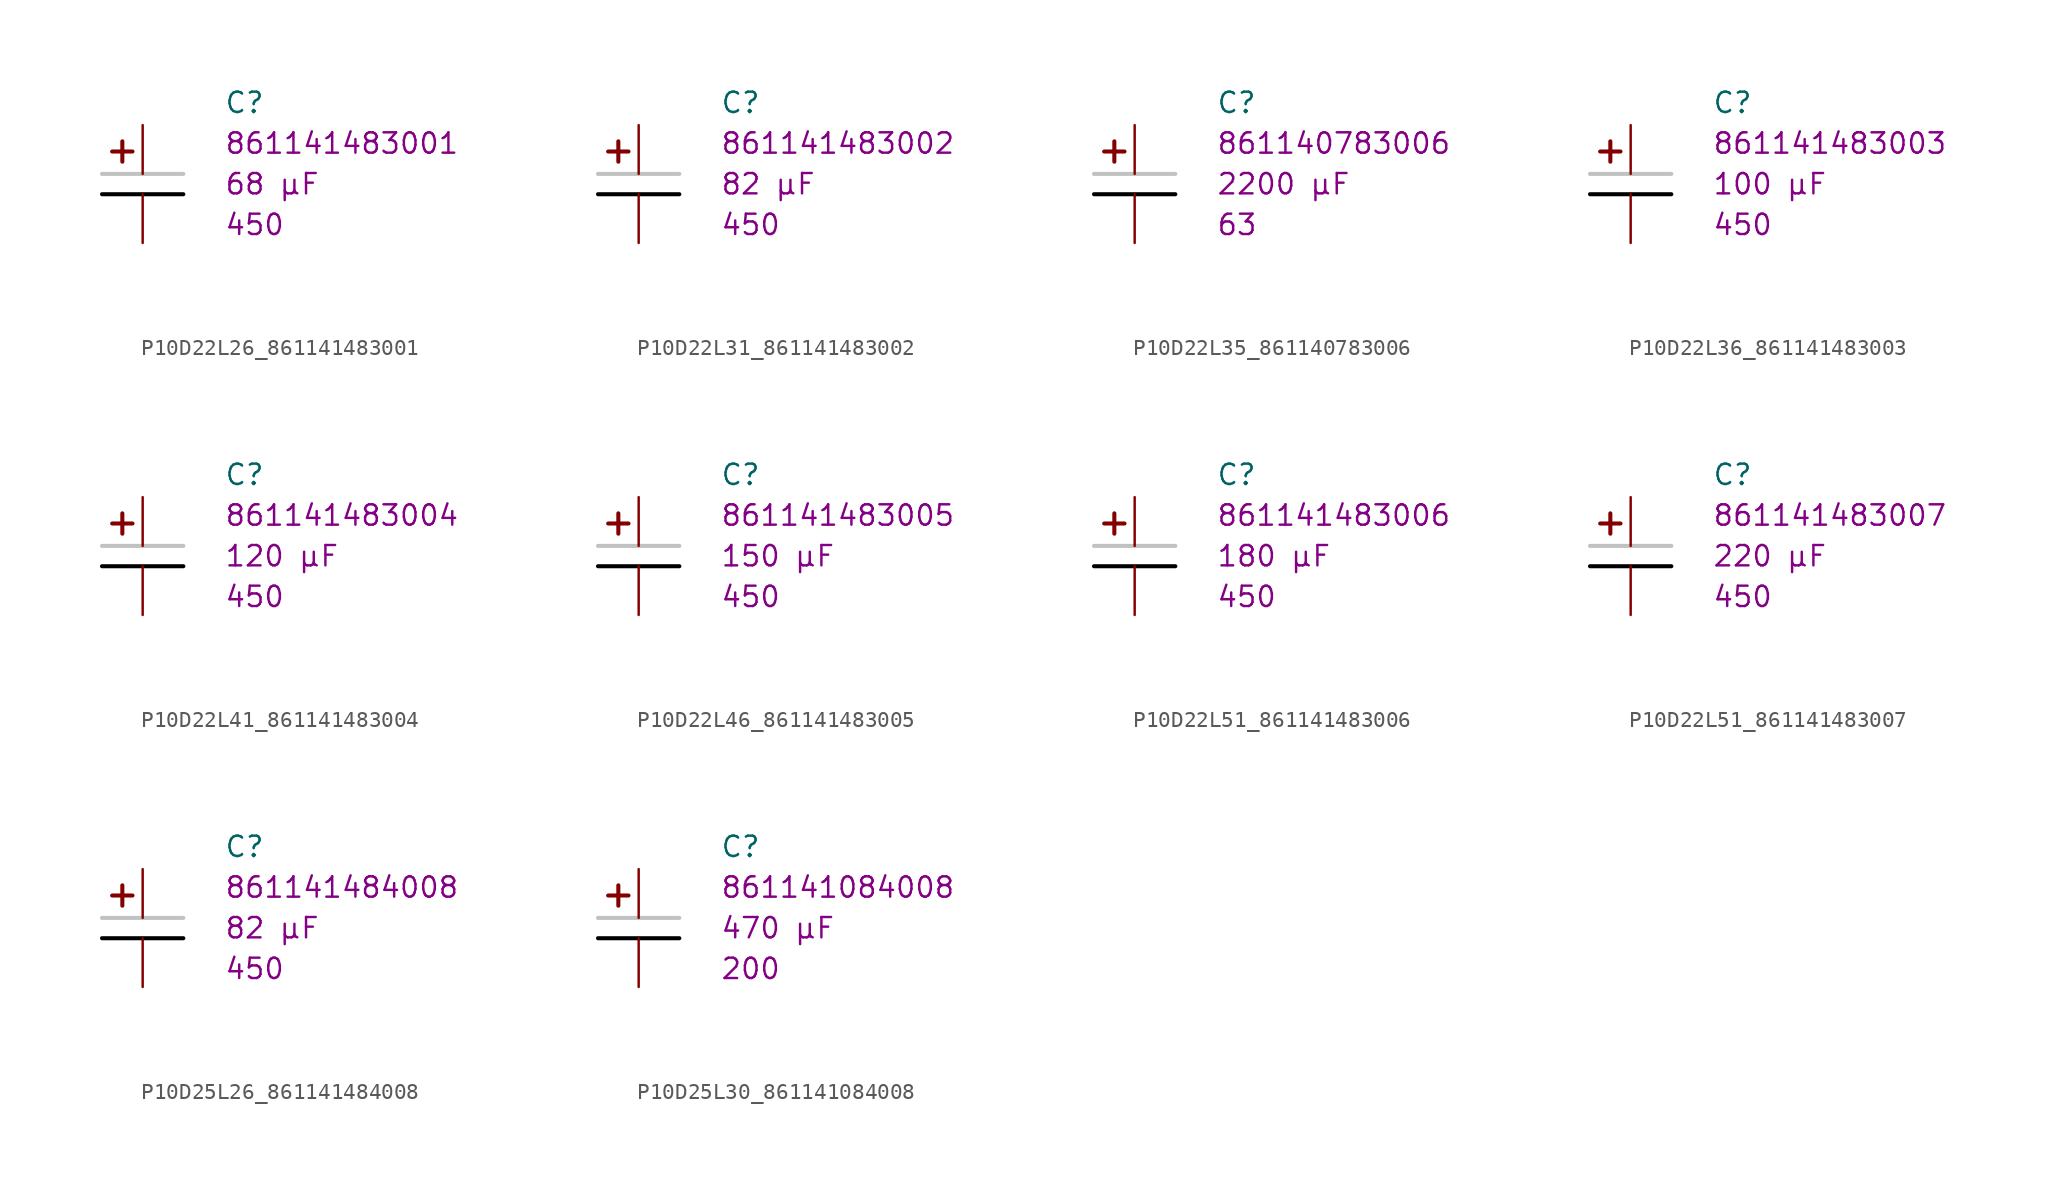
<source format=kicad_sym>
(kicad_symbol_lib
  (version 20220914)
  (generator kicad_symbol_editor)
  (symbol "P10D22L26_861141483001"
    (pin_numbers hide)
    (pin_names hide)
    (property "Reference" "C"
      (at 5.08 5.08 0)
      (effects (font (size 1.27 1.27)) (justify left)))
    (property "Part Number" "861141483001"
      (at 5.08 2.54 0)
      (effects (font (size 1.27 1.27)) (justify left)))
    (property "Capacitance" "68 µF"
      (at 5.08 0 0)
      (effects (font (size 1.27 1.27)) (justify left)))
    (property "Voltage" "450"
      (at 5.08 -2.54 0)
      (effects (font (size 1.27 1.27)) (justify left)))
    (property "Critical Parameter" ""
      (at 0 -7.62 0)
      (effects (font (size 1.27 1.27))))
    (symbol "P10D22L26_861141483001_1_1"
      (polyline (pts (xy -1.27 2.667) (xy -1.27 1.397)) (stroke (width 0.254) (type default)) (fill (type none)))
      (polyline (pts (xy -0.635 2.032) (xy -1.905 2.032)) (stroke (width 0.254) (type default)) (fill (type none)))
      (polyline (pts (xy 2.54 -0.635) (xy -2.54 -0.635)) (stroke (width 0.254) (type default) (color 0 0 0 1)) (fill (type none)))
      (polyline (pts (xy 2.54 0.635) (xy -2.54 0.635)) (stroke (width 0.254) (type default) (color 194 194 194 1)) (fill (type none)))
      (pin passive line (at 0 3.679 270) (length 3.044) (name "1" (effects (font (size 1.27 1.27)))) (number "1" (effects (font (size 1.27 1.27)))))
      (pin passive line (at 0 -3.679 90) (length 3.044) (name "2" (effects (font (size 1.27 1.27)))) (number "2" (effects (font (size 1.27 1.27)))))))
  (symbol "P10D22L31_861141483002"
    (pin_numbers hide)
    (pin_names hide)
    (property "Reference" "C"
      (at 5.08 5.08 0)
      (effects (font (size 1.27 1.27)) (justify left)))
    (property "Part Number" "861141483002"
      (at 5.08 2.54 0)
      (effects (font (size 1.27 1.27)) (justify left)))
    (property "Capacitance" "82 µF"
      (at 5.08 0 0)
      (effects (font (size 1.27 1.27)) (justify left)))
    (property "Voltage" "450"
      (at 5.08 -2.54 0)
      (effects (font (size 1.27 1.27)) (justify left)))
    (property "Critical Parameter" ""
      (at 0 -7.62 0)
      (effects (font (size 1.27 1.27))))
    (symbol "P10D22L31_861141483002_1_1"
      (polyline (pts (xy -1.27 2.667) (xy -1.27 1.397)) (stroke (width 0.254) (type default)) (fill (type none)))
      (polyline (pts (xy -0.635 2.032) (xy -1.905 2.032)) (stroke (width 0.254) (type default)) (fill (type none)))
      (polyline (pts (xy 2.54 -0.635) (xy -2.54 -0.635)) (stroke (width 0.254) (type default) (color 0 0 0 1)) (fill (type none)))
      (polyline (pts (xy 2.54 0.635) (xy -2.54 0.635)) (stroke (width 0.254) (type default) (color 194 194 194 1)) (fill (type none)))
      (pin passive line (at 0 3.679 270) (length 3.044) (name "1" (effects (font (size 1.27 1.27)))) (number "1" (effects (font (size 1.27 1.27)))))
      (pin passive line (at 0 -3.679 90) (length 3.044) (name "2" (effects (font (size 1.27 1.27)))) (number "2" (effects (font (size 1.27 1.27)))))))
  (symbol "P10D22L35_861140783006"
    (pin_numbers hide)
    (pin_names hide)
    (property "Reference" "C"
      (at 5.08 5.08 0)
      (effects (font (size 1.27 1.27)) (justify left)))
    (property "Part Number" "861140783006"
      (at 5.08 2.54 0)
      (effects (font (size 1.27 1.27)) (justify left)))
    (property "Capacitance" "2200 µF"
      (at 5.08 0 0)
      (effects (font (size 1.27 1.27)) (justify left)))
    (property "Voltage" "63"
      (at 5.08 -2.54 0)
      (effects (font (size 1.27 1.27)) (justify left)))
    (property "Critical Parameter" ""
      (at 0 -7.62 0)
      (effects (font (size 1.27 1.27))))
    (symbol "P10D22L35_861140783006_1_1"
      (polyline (pts (xy -1.27 2.667) (xy -1.27 1.397)) (stroke (width 0.254) (type default)) (fill (type none)))
      (polyline (pts (xy -0.635 2.032) (xy -1.905 2.032)) (stroke (width 0.254) (type default)) (fill (type none)))
      (polyline (pts (xy 2.54 -0.635) (xy -2.54 -0.635)) (stroke (width 0.254) (type default) (color 0 0 0 1)) (fill (type none)))
      (polyline (pts (xy 2.54 0.635) (xy -2.54 0.635)) (stroke (width 0.254) (type default) (color 194 194 194 1)) (fill (type none)))
      (pin passive line (at 0 3.679 270) (length 3.044) (name "1" (effects (font (size 1.27 1.27)))) (number "1" (effects (font (size 1.27 1.27)))))
      (pin passive line (at 0 -3.679 90) (length 3.044) (name "2" (effects (font (size 1.27 1.27)))) (number "2" (effects (font (size 1.27 1.27)))))))
  (symbol "P10D22L36_861141483003"
    (pin_numbers hide)
    (pin_names hide)
    (property "Reference" "C"
      (at 5.08 5.08 0)
      (effects (font (size 1.27 1.27)) (justify left)))
    (property "Part Number" "861141483003"
      (at 5.08 2.54 0)
      (effects (font (size 1.27 1.27)) (justify left)))
    (property "Capacitance" "100 µF"
      (at 5.08 0 0)
      (effects (font (size 1.27 1.27)) (justify left)))
    (property "Voltage" "450"
      (at 5.08 -2.54 0)
      (effects (font (size 1.27 1.27)) (justify left)))
    (property "Critical Parameter" ""
      (at 0 -7.62 0)
      (effects (font (size 1.27 1.27))))
    (symbol "P10D22L36_861141483003_1_1"
      (polyline (pts (xy -1.27 2.667) (xy -1.27 1.397)) (stroke (width 0.254) (type default)) (fill (type none)))
      (polyline (pts (xy -0.635 2.032) (xy -1.905 2.032)) (stroke (width 0.254) (type default)) (fill (type none)))
      (polyline (pts (xy 2.54 -0.635) (xy -2.54 -0.635)) (stroke (width 0.254) (type default) (color 0 0 0 1)) (fill (type none)))
      (polyline (pts (xy 2.54 0.635) (xy -2.54 0.635)) (stroke (width 0.254) (type default) (color 194 194 194 1)) (fill (type none)))
      (pin passive line (at 0 3.679 270) (length 3.044) (name "1" (effects (font (size 1.27 1.27)))) (number "1" (effects (font (size 1.27 1.27)))))
      (pin passive line (at 0 -3.679 90) (length 3.044) (name "2" (effects (font (size 1.27 1.27)))) (number "2" (effects (font (size 1.27 1.27)))))))
  (symbol "P10D22L41_861141483004"
    (pin_numbers hide)
    (pin_names hide)
    (property "Reference" "C"
      (at 5.08 5.08 0)
      (effects (font (size 1.27 1.27)) (justify left)))
    (property "Part Number" "861141483004"
      (at 5.08 2.54 0)
      (effects (font (size 1.27 1.27)) (justify left)))
    (property "Capacitance" "120 µF"
      (at 5.08 0 0)
      (effects (font (size 1.27 1.27)) (justify left)))
    (property "Voltage" "450"
      (at 5.08 -2.54 0)
      (effects (font (size 1.27 1.27)) (justify left)))
    (property "Critical Parameter" ""
      (at 0 -7.62 0)
      (effects (font (size 1.27 1.27))))
    (symbol "P10D22L41_861141483004_1_1"
      (polyline (pts (xy -1.27 2.667) (xy -1.27 1.397)) (stroke (width 0.254) (type default)) (fill (type none)))
      (polyline (pts (xy -0.635 2.032) (xy -1.905 2.032)) (stroke (width 0.254) (type default)) (fill (type none)))
      (polyline (pts (xy 2.54 -0.635) (xy -2.54 -0.635)) (stroke (width 0.254) (type default) (color 0 0 0 1)) (fill (type none)))
      (polyline (pts (xy 2.54 0.635) (xy -2.54 0.635)) (stroke (width 0.254) (type default) (color 194 194 194 1)) (fill (type none)))
      (pin passive line (at 0 3.679 270) (length 3.044) (name "1" (effects (font (size 1.27 1.27)))) (number "1" (effects (font (size 1.27 1.27)))))
      (pin passive line (at 0 -3.679 90) (length 3.044) (name "2" (effects (font (size 1.27 1.27)))) (number "2" (effects (font (size 1.27 1.27)))))))
  (symbol "P10D22L46_861141483005"
    (pin_numbers hide)
    (pin_names hide)
    (property "Reference" "C"
      (at 5.08 5.08 0)
      (effects (font (size 1.27 1.27)) (justify left)))
    (property "Part Number" "861141483005"
      (at 5.08 2.54 0)
      (effects (font (size 1.27 1.27)) (justify left)))
    (property "Capacitance" "150 µF"
      (at 5.08 0 0)
      (effects (font (size 1.27 1.27)) (justify left)))
    (property "Voltage" "450"
      (at 5.08 -2.54 0)
      (effects (font (size 1.27 1.27)) (justify left)))
    (property "Critical Parameter" ""
      (at 0 -7.62 0)
      (effects (font (size 1.27 1.27))))
    (symbol "P10D22L46_861141483005_1_1"
      (polyline (pts (xy -1.27 2.667) (xy -1.27 1.397)) (stroke (width 0.254) (type default)) (fill (type none)))
      (polyline (pts (xy -0.635 2.032) (xy -1.905 2.032)) (stroke (width 0.254) (type default)) (fill (type none)))
      (polyline (pts (xy 2.54 -0.635) (xy -2.54 -0.635)) (stroke (width 0.254) (type default) (color 0 0 0 1)) (fill (type none)))
      (polyline (pts (xy 2.54 0.635) (xy -2.54 0.635)) (stroke (width 0.254) (type default) (color 194 194 194 1)) (fill (type none)))
      (pin passive line (at 0 3.679 270) (length 3.044) (name "1" (effects (font (size 1.27 1.27)))) (number "1" (effects (font (size 1.27 1.27)))))
      (pin passive line (at 0 -3.679 90) (length 3.044) (name "2" (effects (font (size 1.27 1.27)))) (number "2" (effects (font (size 1.27 1.27)))))))
  (symbol "P10D22L51_861141483006"
    (pin_numbers hide)
    (pin_names hide)
    (property "Reference" "C"
      (at 5.08 5.08 0)
      (effects (font (size 1.27 1.27)) (justify left)))
    (property "Part Number" "861141483006"
      (at 5.08 2.54 0)
      (effects (font (size 1.27 1.27)) (justify left)))
    (property "Capacitance" "180 µF"
      (at 5.08 0 0)
      (effects (font (size 1.27 1.27)) (justify left)))
    (property "Voltage" "450"
      (at 5.08 -2.54 0)
      (effects (font (size 1.27 1.27)) (justify left)))
    (property "Critical Parameter" ""
      (at 0 -7.62 0)
      (effects (font (size 1.27 1.27))))
    (symbol "P10D22L51_861141483006_1_1"
      (polyline (pts (xy -1.27 2.667) (xy -1.27 1.397)) (stroke (width 0.254) (type default)) (fill (type none)))
      (polyline (pts (xy -0.635 2.032) (xy -1.905 2.032)) (stroke (width 0.254) (type default)) (fill (type none)))
      (polyline (pts (xy 2.54 -0.635) (xy -2.54 -0.635)) (stroke (width 0.254) (type default) (color 0 0 0 1)) (fill (type none)))
      (polyline (pts (xy 2.54 0.635) (xy -2.54 0.635)) (stroke (width 0.254) (type default) (color 194 194 194 1)) (fill (type none)))
      (pin passive line (at 0 3.679 270) (length 3.044) (name "1" (effects (font (size 1.27 1.27)))) (number "1" (effects (font (size 1.27 1.27)))))
      (pin passive line (at 0 -3.679 90) (length 3.044) (name "2" (effects (font (size 1.27 1.27)))) (number "2" (effects (font (size 1.27 1.27)))))))
  (symbol "P10D22L51_861141483007"
    (pin_numbers hide)
    (pin_names hide)
    (property "Reference" "C"
      (at 5.08 5.08 0)
      (effects (font (size 1.27 1.27)) (justify left)))
    (property "Part Number" "861141483007"
      (at 5.08 2.54 0)
      (effects (font (size 1.27 1.27)) (justify left)))
    (property "Capacitance" "220 µF"
      (at 5.08 0 0)
      (effects (font (size 1.27 1.27)) (justify left)))
    (property "Voltage" "450"
      (at 5.08 -2.54 0)
      (effects (font (size 1.27 1.27)) (justify left)))
    (property "Critical Parameter" ""
      (at 0 -7.62 0)
      (effects (font (size 1.27 1.27))))
    (symbol "P10D22L51_861141483007_1_1"
      (polyline (pts (xy -1.27 2.667) (xy -1.27 1.397)) (stroke (width 0.254) (type default)) (fill (type none)))
      (polyline (pts (xy -0.635 2.032) (xy -1.905 2.032)) (stroke (width 0.254) (type default)) (fill (type none)))
      (polyline (pts (xy 2.54 -0.635) (xy -2.54 -0.635)) (stroke (width 0.254) (type default) (color 0 0 0 1)) (fill (type none)))
      (polyline (pts (xy 2.54 0.635) (xy -2.54 0.635)) (stroke (width 0.254) (type default) (color 194 194 194 1)) (fill (type none)))
      (pin passive line (at 0 3.679 270) (length 3.044) (name "1" (effects (font (size 1.27 1.27)))) (number "1" (effects (font (size 1.27 1.27)))))
      (pin passive line (at 0 -3.679 90) (length 3.044) (name "2" (effects (font (size 1.27 1.27)))) (number "2" (effects (font (size 1.27 1.27)))))))
  (symbol "P10D25L26_861141484008"
    (pin_numbers hide)
    (pin_names hide)
    (property "Reference" "C"
      (at 5.08 5.08 0)
      (effects (font (size 1.27 1.27)) (justify left)))
    (property "Part Number" "861141484008"
      (at 5.08 2.54 0)
      (effects (font (size 1.27 1.27)) (justify left)))
    (property "Capacitance" "82 µF"
      (at 5.08 0 0)
      (effects (font (size 1.27 1.27)) (justify left)))
    (property "Voltage" "450"
      (at 5.08 -2.54 0)
      (effects (font (size 1.27 1.27)) (justify left)))
    (property "Critical Parameter" ""
      (at 0 -7.62 0)
      (effects (font (size 1.27 1.27))))
    (symbol "P10D25L26_861141484008_1_1"
      (polyline (pts (xy -1.27 2.667) (xy -1.27 1.397)) (stroke (width 0.254) (type default)) (fill (type none)))
      (polyline (pts (xy -0.635 2.032) (xy -1.905 2.032)) (stroke (width 0.254) (type default)) (fill (type none)))
      (polyline (pts (xy 2.54 -0.635) (xy -2.54 -0.635)) (stroke (width 0.254) (type default) (color 0 0 0 1)) (fill (type none)))
      (polyline (pts (xy 2.54 0.635) (xy -2.54 0.635)) (stroke (width 0.254) (type default) (color 194 194 194 1)) (fill (type none)))
      (pin passive line (at 0 3.679 270) (length 3.044) (name "1" (effects (font (size 1.27 1.27)))) (number "1" (effects (font (size 1.27 1.27)))))
      (pin passive line (at 0 -3.679 90) (length 3.044) (name "2" (effects (font (size 1.27 1.27)))) (number "2" (effects (font (size 1.27 1.27)))))))
  (symbol "P10D25L30_861141084008"
    (pin_numbers hide)
    (pin_names hide)
    (property "Reference" "C"
      (at 5.08 5.08 0)
      (effects (font (size 1.27 1.27)) (justify left)))
    (property "Part Number" "861141084008"
      (at 5.08 2.54 0)
      (effects (font (size 1.27 1.27)) (justify left)))
    (property "Capacitance" "470 µF"
      (at 5.08 0 0)
      (effects (font (size 1.27 1.27)) (justify left)))
    (property "Voltage" "200"
      (at 5.08 -2.54 0)
      (effects (font (size 1.27 1.27)) (justify left)))
    (property "Critical Parameter" ""
      (at 0 -7.62 0)
      (effects (font (size 1.27 1.27))))
    (symbol "P10D25L30_861141084008_1_1"
      (polyline (pts (xy -1.27 2.667) (xy -1.27 1.397)) (stroke (width 0.254) (type default)) (fill (type none)))
      (polyline (pts (xy -0.635 2.032) (xy -1.905 2.032)) (stroke (width 0.254) (type default)) (fill (type none)))
      (polyline (pts (xy 2.54 -0.635) (xy -2.54 -0.635)) (stroke (width 0.254) (type default) (color 0 0 0 1)) (fill (type none)))
      (polyline (pts (xy 2.54 0.635) (xy -2.54 0.635)) (stroke (width 0.254) (type default) (color 194 194 194 1)) (fill (type none)))
      (pin passive line (at 0 3.679 270) (length 3.044) (name "1" (effects (font (size 1.27 1.27)))) (number "1" (effects (font (size 1.27 1.27)))))
      (pin passive line (at 0 -3.679 90) (length 3.044) (name "2" (effects (font (size 1.27 1.27)))) (number "2" (effects (font (size 1.27 1.27))))))))
</source>
